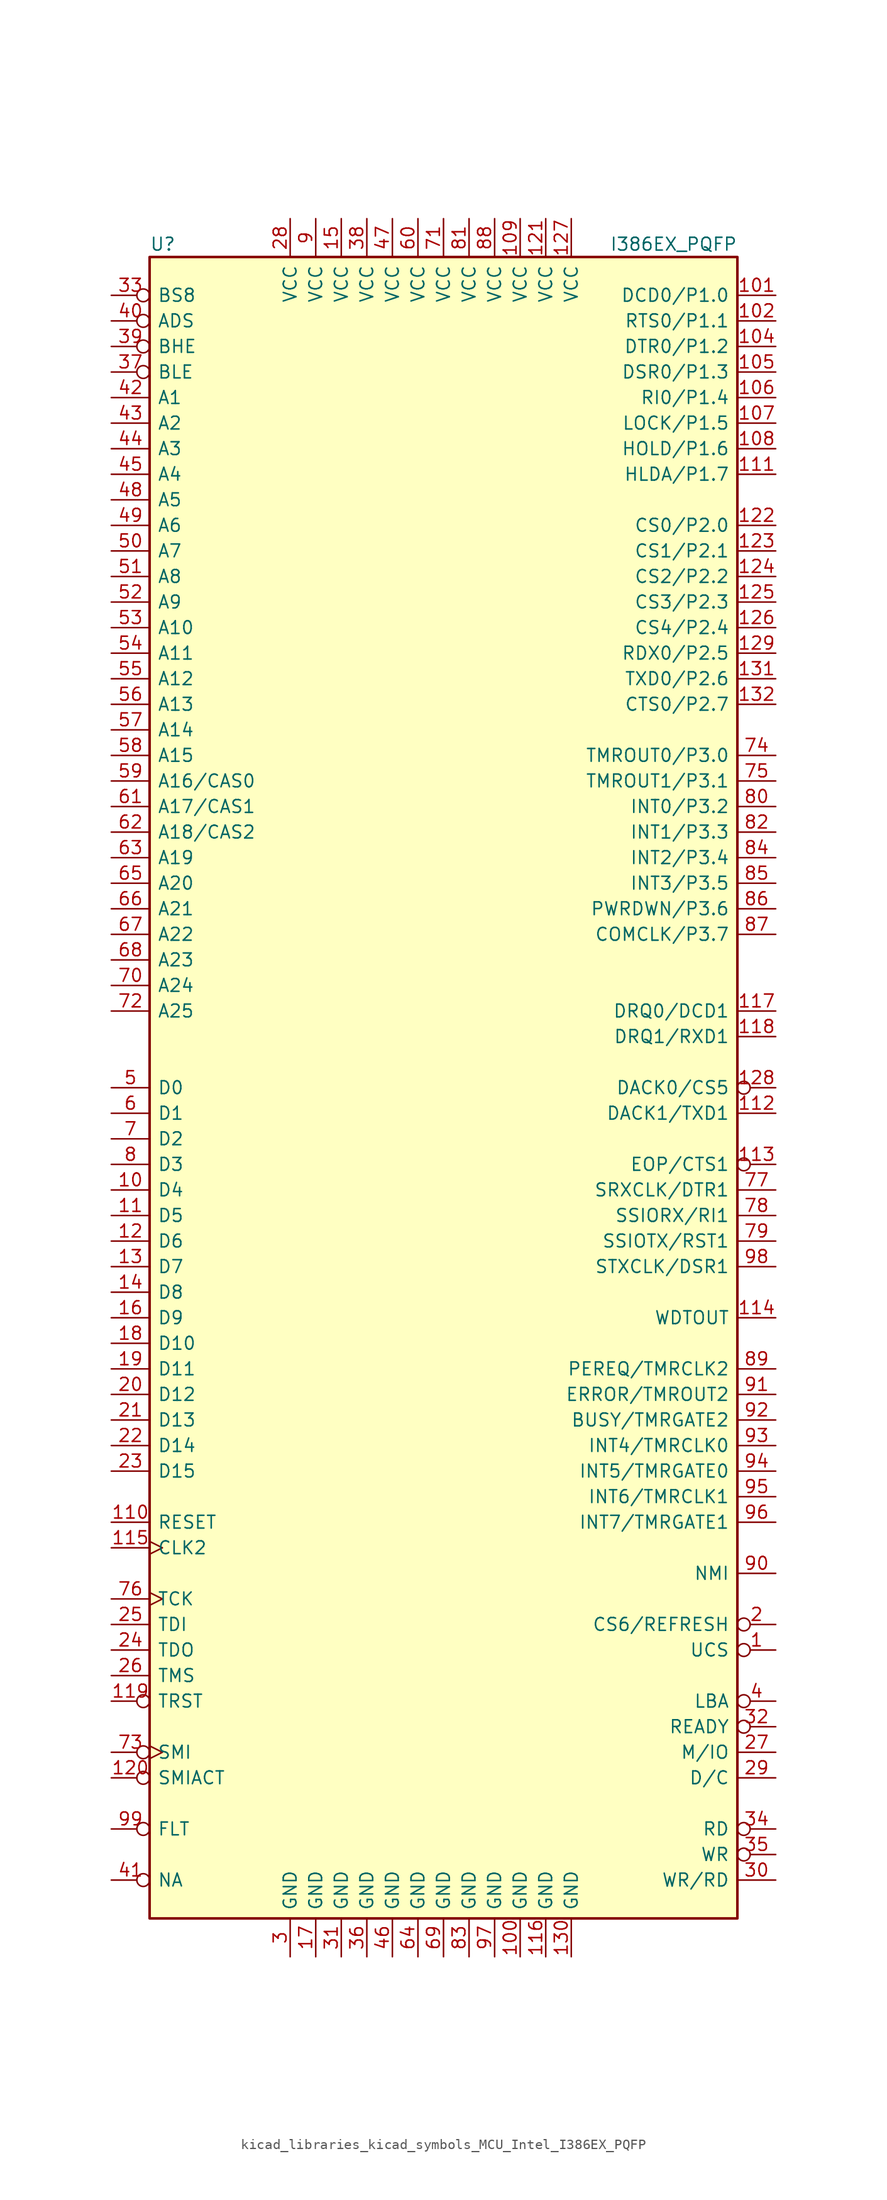
<source format=kicad_sym>
(kicad_symbol_lib
  (version 20220914)
  (generator kicad_symbol_editor)
  (symbol "kicad_libraries_kicad_symbols_MCU_Intel_I386EX_PQFP"
    (pin_names
      (offset 0.762))
    (property "Reference" "U"
      (at -29.21 83.82 0)
      (effects (font (size 1.27 1.27)) (justify left)))
    (property "Value" "I386EX_PQFP"
      (at 16.51 83.82 0)
      (effects (font (size 1.27 1.27)) (justify left)))
    (symbol "kicad_libraries_kicad_symbols_MCU_Intel_I386EX_PQFP_1_1"
      (rectangle (start -29.21 -82.55) (end 29.21 82.55) (stroke (width 0.254) (type default)) (fill (type background)))
      (pin output inverted (at 33.02 -55.88 180) (length 3.81) (name "UCS" (effects (font (size 1.27 1.27)))) (number "1" (effects (font (size 1.27 1.27)))))
      (pin tri_state line (at -33.02 -10.16 0) (length 3.81) (name "D4" (effects (font (size 1.27 1.27)))) (number "10" (effects (font (size 1.27 1.27)))))
      (pin power_in line (at 7.62 -86.36 90) (length 3.81) (name "GND" (effects (font (size 1.27 1.27)))) (number "100" (effects (font (size 1.27 1.27)))))
      (pin bidirectional line (at 33.02 78.74 180) (length 3.81) (name "DCD0/P1.0" (effects (font (size 1.27 1.27)))) (number "101" (effects (font (size 1.27 1.27)))))
      (pin bidirectional line (at 33.02 76.2 180) (length 3.81) (name "RTS0/P1.1" (effects (font (size 1.27 1.27)))) (number "102" (effects (font (size 1.27 1.27)))))
      (pin bidirectional line (at 33.02 73.66 180) (length 3.81) (name "DTR0/P1.2" (effects (font (size 1.27 1.27)))) (number "104" (effects (font (size 1.27 1.27)))))
      (pin bidirectional line (at 33.02 71.12 180) (length 3.81) (name "DSR0/P1.3" (effects (font (size 1.27 1.27)))) (number "105" (effects (font (size 1.27 1.27)))))
      (pin bidirectional line (at 33.02 68.58 180) (length 3.81) (name "RI0/P1.4" (effects (font (size 1.27 1.27)))) (number "106" (effects (font (size 1.27 1.27)))))
      (pin bidirectional line (at 33.02 66.04 180) (length 3.81) (name "LOCK/P1.5" (effects (font (size 1.27 1.27)))) (number "107" (effects (font (size 1.27 1.27)))))
      (pin bidirectional line (at 33.02 63.5 180) (length 3.81) (name "HOLD/P1.6" (effects (font (size 1.27 1.27)))) (number "108" (effects (font (size 1.27 1.27)))))
      (pin power_in line (at 7.62 86.36 270) (length 3.81) (name "VCC" (effects (font (size 1.27 1.27)))) (number "109" (effects (font (size 1.27 1.27)))))
      (pin tri_state line (at -33.02 -12.7 0) (length 3.81) (name "D5" (effects (font (size 1.27 1.27)))) (number "11" (effects (font (size 1.27 1.27)))))
      (pin input line (at -33.02 -43.18 0) (length 3.81) (name "RESET" (effects (font (size 1.27 1.27)))) (number "110" (effects (font (size 1.27 1.27)))))
      (pin bidirectional line (at 33.02 60.96 180) (length 3.81) (name "HLDA/P1.7" (effects (font (size 1.27 1.27)))) (number "111" (effects (font (size 1.27 1.27)))))
      (pin output line (at 33.02 -2.54 180) (length 3.81) (name "DACK1/TXD1" (effects (font (size 1.27 1.27)))) (number "112" (effects (font (size 1.27 1.27)))))
      (pin bidirectional inverted (at 33.02 -7.62 180) (length 3.81) (name "EOP/CTS1" (effects (font (size 1.27 1.27)))) (number "113" (effects (font (size 1.27 1.27)))))
      (pin output line (at 33.02 -22.86 180) (length 3.81) (name "WDTOUT" (effects (font (size 1.27 1.27)))) (number "114" (effects (font (size 1.27 1.27)))))
      (pin input clock (at -33.02 -45.72 0) (length 3.81) (name "CLK2" (effects (font (size 1.27 1.27)))) (number "115" (effects (font (size 1.27 1.27)))))
      (pin power_in line (at 10.16 -86.36 90) (length 3.81) (name "GND" (effects (font (size 1.27 1.27)))) (number "116" (effects (font (size 1.27 1.27)))))
      (pin input line (at 33.02 7.62 180) (length 3.81) (name "DRQ0/DCD1" (effects (font (size 1.27 1.27)))) (number "117" (effects (font (size 1.27 1.27)))))
      (pin input line (at 33.02 5.08 180) (length 3.81) (name "DRQ1/RXD1" (effects (font (size 1.27 1.27)))) (number "118" (effects (font (size 1.27 1.27)))))
      (pin input inverted (at -33.02 -60.96 0) (length 3.81) (name "TRST" (effects (font (size 1.27 1.27)))) (number "119" (effects (font (size 1.27 1.27)))))
      (pin tri_state line (at -33.02 -15.24 0) (length 3.81) (name "D6" (effects (font (size 1.27 1.27)))) (number "12" (effects (font (size 1.27 1.27)))))
      (pin output inverted (at -33.02 -68.58 0) (length 3.81) (name "SMIACT" (effects (font (size 1.27 1.27)))) (number "120" (effects (font (size 1.27 1.27)))))
      (pin power_in line (at 10.16 86.36 270) (length 3.81) (name "VCC" (effects (font (size 1.27 1.27)))) (number "121" (effects (font (size 1.27 1.27)))))
      (pin bidirectional line (at 33.02 55.88 180) (length 3.81) (name "CS0/P2.0" (effects (font (size 1.27 1.27)))) (number "122" (effects (font (size 1.27 1.27)))))
      (pin bidirectional line (at 33.02 53.34 180) (length 3.81) (name "CS1/P2.1" (effects (font (size 1.27 1.27)))) (number "123" (effects (font (size 1.27 1.27)))))
      (pin bidirectional line (at 33.02 50.8 180) (length 3.81) (name "CS2/P2.2" (effects (font (size 1.27 1.27)))) (number "124" (effects (font (size 1.27 1.27)))))
      (pin bidirectional line (at 33.02 48.26 180) (length 3.81) (name "CS3/P2.3" (effects (font (size 1.27 1.27)))) (number "125" (effects (font (size 1.27 1.27)))))
      (pin bidirectional line (at 33.02 45.72 180) (length 3.81) (name "CS4/P2.4" (effects (font (size 1.27 1.27)))) (number "126" (effects (font (size 1.27 1.27)))))
      (pin power_in line (at 12.7 86.36 270) (length 3.81) (name "VCC" (effects (font (size 1.27 1.27)))) (number "127" (effects (font (size 1.27 1.27)))))
      (pin output inverted (at 33.02 0 180) (length 3.81) (name "DACK0/CS5" (effects (font (size 1.27 1.27)))) (number "128" (effects (font (size 1.27 1.27)))))
      (pin bidirectional line (at 33.02 43.18 180) (length 3.81) (name "RDX0/P2.5" (effects (font (size 1.27 1.27)))) (number "129" (effects (font (size 1.27 1.27)))))
      (pin tri_state line (at -33.02 -17.78 0) (length 3.81) (name "D7" (effects (font (size 1.27 1.27)))) (number "13" (effects (font (size 1.27 1.27)))))
      (pin power_in line (at 12.7 -86.36 90) (length 3.81) (name "GND" (effects (font (size 1.27 1.27)))) (number "130" (effects (font (size 1.27 1.27)))))
      (pin bidirectional line (at 33.02 40.64 180) (length 3.81) (name "TXD0/P2.6" (effects (font (size 1.27 1.27)))) (number "131" (effects (font (size 1.27 1.27)))))
      (pin bidirectional line (at 33.02 38.1 180) (length 3.81) (name "CTS0/P2.7" (effects (font (size 1.27 1.27)))) (number "132" (effects (font (size 1.27 1.27)))))
      (pin tri_state line (at -33.02 -20.32 0) (length 3.81) (name "D8" (effects (font (size 1.27 1.27)))) (number "14" (effects (font (size 1.27 1.27)))))
      (pin power_in line (at -10.16 86.36 270) (length 3.81) (name "VCC" (effects (font (size 1.27 1.27)))) (number "15" (effects (font (size 1.27 1.27)))))
      (pin tri_state line (at -33.02 -22.86 0) (length 3.81) (name "D9" (effects (font (size 1.27 1.27)))) (number "16" (effects (font (size 1.27 1.27)))))
      (pin power_in line (at -12.7 -86.36 90) (length 3.81) (name "GND" (effects (font (size 1.27 1.27)))) (number "17" (effects (font (size 1.27 1.27)))))
      (pin tri_state line (at -33.02 -25.4 0) (length 3.81) (name "D10" (effects (font (size 1.27 1.27)))) (number "18" (effects (font (size 1.27 1.27)))))
      (pin tri_state line (at -33.02 -27.94 0) (length 3.81) (name "D11" (effects (font (size 1.27 1.27)))) (number "19" (effects (font (size 1.27 1.27)))))
      (pin output inverted (at 33.02 -53.34 180) (length 3.81) (name "CS6/REFRESH" (effects (font (size 1.27 1.27)))) (number "2" (effects (font (size 1.27 1.27)))))
      (pin tri_state line (at -33.02 -30.48 0) (length 3.81) (name "D12" (effects (font (size 1.27 1.27)))) (number "20" (effects (font (size 1.27 1.27)))))
      (pin tri_state line (at -33.02 -33.02 0) (length 3.81) (name "D13" (effects (font (size 1.27 1.27)))) (number "21" (effects (font (size 1.27 1.27)))))
      (pin tri_state line (at -33.02 -35.56 0) (length 3.81) (name "D14" (effects (font (size 1.27 1.27)))) (number "22" (effects (font (size 1.27 1.27)))))
      (pin tri_state line (at -33.02 -38.1 0) (length 3.81) (name "D15" (effects (font (size 1.27 1.27)))) (number "23" (effects (font (size 1.27 1.27)))))
      (pin output line (at -33.02 -55.88 0) (length 3.81) (name "TDO" (effects (font (size 1.27 1.27)))) (number "24" (effects (font (size 1.27 1.27)))))
      (pin input line (at -33.02 -53.34 0) (length 3.81) (name "TDI" (effects (font (size 1.27 1.27)))) (number "25" (effects (font (size 1.27 1.27)))))
      (pin input line (at -33.02 -58.42 0) (length 3.81) (name "TMS" (effects (font (size 1.27 1.27)))) (number "26" (effects (font (size 1.27 1.27)))))
      (pin output line (at 33.02 -66.04 180) (length 3.81) (name "M/IO" (effects (font (size 1.27 1.27)))) (number "27" (effects (font (size 1.27 1.27)))))
      (pin power_in line (at -15.24 86.36 270) (length 3.81) (name "VCC" (effects (font (size 1.27 1.27)))) (number "28" (effects (font (size 1.27 1.27)))))
      (pin output line (at 33.02 -68.58 180) (length 3.81) (name "D/C" (effects (font (size 1.27 1.27)))) (number "29" (effects (font (size 1.27 1.27)))))
      (pin power_in line (at -15.24 -86.36 90) (length 3.81) (name "GND" (effects (font (size 1.27 1.27)))) (number "3" (effects (font (size 1.27 1.27)))))
      (pin output line (at 33.02 -78.74 180) (length 3.81) (name "WR/RD" (effects (font (size 1.27 1.27)))) (number "30" (effects (font (size 1.27 1.27)))))
      (pin power_in line (at -10.16 -86.36 90) (length 3.81) (name "GND" (effects (font (size 1.27 1.27)))) (number "31" (effects (font (size 1.27 1.27)))))
      (pin bidirectional inverted (at 33.02 -63.5 180) (length 3.81) (name "READY" (effects (font (size 1.27 1.27)))) (number "32" (effects (font (size 1.27 1.27)))))
      (pin input inverted (at -33.02 78.74 0) (length 3.81) (name "BS8" (effects (font (size 1.27 1.27)))) (number "33" (effects (font (size 1.27 1.27)))))
      (pin output inverted (at 33.02 -73.66 180) (length 3.81) (name "RD" (effects (font (size 1.27 1.27)))) (number "34" (effects (font (size 1.27 1.27)))))
      (pin output inverted (at 33.02 -76.2 180) (length 3.81) (name "WR" (effects (font (size 1.27 1.27)))) (number "35" (effects (font (size 1.27 1.27)))))
      (pin power_in line (at -7.62 -86.36 90) (length 3.81) (name "GND" (effects (font (size 1.27 1.27)))) (number "36" (effects (font (size 1.27 1.27)))))
      (pin output inverted (at -33.02 71.12 0) (length 3.81) (name "BLE" (effects (font (size 1.27 1.27)))) (number "37" (effects (font (size 1.27 1.27)))))
      (pin power_in line (at -7.62 86.36 270) (length 3.81) (name "VCC" (effects (font (size 1.27 1.27)))) (number "38" (effects (font (size 1.27 1.27)))))
      (pin output inverted (at -33.02 73.66 0) (length 3.81) (name "BHE" (effects (font (size 1.27 1.27)))) (number "39" (effects (font (size 1.27 1.27)))))
      (pin output inverted (at 33.02 -60.96 180) (length 3.81) (name "LBA" (effects (font (size 1.27 1.27)))) (number "4" (effects (font (size 1.27 1.27)))))
      (pin output inverted (at -33.02 76.2 0) (length 3.81) (name "ADS" (effects (font (size 1.27 1.27)))) (number "40" (effects (font (size 1.27 1.27)))))
      (pin input inverted (at -33.02 -78.74 0) (length 3.81) (name "NA" (effects (font (size 1.27 1.27)))) (number "41" (effects (font (size 1.27 1.27)))))
      (pin tri_state line (at -33.02 68.58 0) (length 3.81) (name "A1" (effects (font (size 1.27 1.27)))) (number "42" (effects (font (size 1.27 1.27)))))
      (pin tri_state line (at -33.02 66.04 0) (length 3.81) (name "A2" (effects (font (size 1.27 1.27)))) (number "43" (effects (font (size 1.27 1.27)))))
      (pin tri_state line (at -33.02 63.5 0) (length 3.81) (name "A3" (effects (font (size 1.27 1.27)))) (number "44" (effects (font (size 1.27 1.27)))))
      (pin tri_state line (at -33.02 60.96 0) (length 3.81) (name "A4" (effects (font (size 1.27 1.27)))) (number "45" (effects (font (size 1.27 1.27)))))
      (pin power_in line (at -5.08 -86.36 90) (length 3.81) (name "GND" (effects (font (size 1.27 1.27)))) (number "46" (effects (font (size 1.27 1.27)))))
      (pin power_in line (at -5.08 86.36 270) (length 3.81) (name "VCC" (effects (font (size 1.27 1.27)))) (number "47" (effects (font (size 1.27 1.27)))))
      (pin tri_state line (at -33.02 58.42 0) (length 3.81) (name "A5" (effects (font (size 1.27 1.27)))) (number "48" (effects (font (size 1.27 1.27)))))
      (pin tri_state line (at -33.02 55.88 0) (length 3.81) (name "A6" (effects (font (size 1.27 1.27)))) (number "49" (effects (font (size 1.27 1.27)))))
      (pin tri_state line (at -33.02 0 0) (length 3.81) (name "D0" (effects (font (size 1.27 1.27)))) (number "5" (effects (font (size 1.27 1.27)))))
      (pin tri_state line (at -33.02 53.34 0) (length 3.81) (name "A7" (effects (font (size 1.27 1.27)))) (number "50" (effects (font (size 1.27 1.27)))))
      (pin tri_state line (at -33.02 50.8 0) (length 3.81) (name "A8" (effects (font (size 1.27 1.27)))) (number "51" (effects (font (size 1.27 1.27)))))
      (pin tri_state line (at -33.02 48.26 0) (length 3.81) (name "A9" (effects (font (size 1.27 1.27)))) (number "52" (effects (font (size 1.27 1.27)))))
      (pin tri_state line (at -33.02 45.72 0) (length 3.81) (name "A10" (effects (font (size 1.27 1.27)))) (number "53" (effects (font (size 1.27 1.27)))))
      (pin tri_state line (at -33.02 43.18 0) (length 3.81) (name "A11" (effects (font (size 1.27 1.27)))) (number "54" (effects (font (size 1.27 1.27)))))
      (pin tri_state line (at -33.02 40.64 0) (length 3.81) (name "A12" (effects (font (size 1.27 1.27)))) (number "55" (effects (font (size 1.27 1.27)))))
      (pin tri_state line (at -33.02 38.1 0) (length 3.81) (name "A13" (effects (font (size 1.27 1.27)))) (number "56" (effects (font (size 1.27 1.27)))))
      (pin tri_state line (at -33.02 35.56 0) (length 3.81) (name "A14" (effects (font (size 1.27 1.27)))) (number "57" (effects (font (size 1.27 1.27)))))
      (pin tri_state line (at -33.02 33.02 0) (length 3.81) (name "A15" (effects (font (size 1.27 1.27)))) (number "58" (effects (font (size 1.27 1.27)))))
      (pin tri_state line (at -33.02 30.48 0) (length 3.81) (name "A16/CAS0" (effects (font (size 1.27 1.27)))) (number "59" (effects (font (size 1.27 1.27)))))
      (pin tri_state line (at -33.02 -2.54 0) (length 3.81) (name "D1" (effects (font (size 1.27 1.27)))) (number "6" (effects (font (size 1.27 1.27)))))
      (pin power_in line (at -2.54 86.36 270) (length 3.81) (name "VCC" (effects (font (size 1.27 1.27)))) (number "60" (effects (font (size 1.27 1.27)))))
      (pin tri_state line (at -33.02 27.94 0) (length 3.81) (name "A17/CAS1" (effects (font (size 1.27 1.27)))) (number "61" (effects (font (size 1.27 1.27)))))
      (pin tri_state line (at -33.02 25.4 0) (length 3.81) (name "A18/CAS2" (effects (font (size 1.27 1.27)))) (number "62" (effects (font (size 1.27 1.27)))))
      (pin tri_state line (at -33.02 22.86 0) (length 3.81) (name "A19" (effects (font (size 1.27 1.27)))) (number "63" (effects (font (size 1.27 1.27)))))
      (pin power_in line (at -2.54 -86.36 90) (length 3.81) (name "GND" (effects (font (size 1.27 1.27)))) (number "64" (effects (font (size 1.27 1.27)))))
      (pin tri_state line (at -33.02 20.32 0) (length 3.81) (name "A20" (effects (font (size 1.27 1.27)))) (number "65" (effects (font (size 1.27 1.27)))))
      (pin tri_state line (at -33.02 17.78 0) (length 3.81) (name "A21" (effects (font (size 1.27 1.27)))) (number "66" (effects (font (size 1.27 1.27)))))
      (pin tri_state line (at -33.02 15.24 0) (length 3.81) (name "A22" (effects (font (size 1.27 1.27)))) (number "67" (effects (font (size 1.27 1.27)))))
      (pin tri_state line (at -33.02 12.7 0) (length 3.81) (name "A23" (effects (font (size 1.27 1.27)))) (number "68" (effects (font (size 1.27 1.27)))))
      (pin power_in line (at 0 -86.36 90) (length 3.81) (name "GND" (effects (font (size 1.27 1.27)))) (number "69" (effects (font (size 1.27 1.27)))))
      (pin tri_state line (at -33.02 -5.08 0) (length 3.81) (name "D2" (effects (font (size 1.27 1.27)))) (number "7" (effects (font (size 1.27 1.27)))))
      (pin tri_state line (at -33.02 10.16 0) (length 3.81) (name "A24" (effects (font (size 1.27 1.27)))) (number "70" (effects (font (size 1.27 1.27)))))
      (pin power_in line (at 0 86.36 270) (length 3.81) (name "VCC" (effects (font (size 1.27 1.27)))) (number "71" (effects (font (size 1.27 1.27)))))
      (pin tri_state line (at -33.02 7.62 0) (length 3.81) (name "A25" (effects (font (size 1.27 1.27)))) (number "72" (effects (font (size 1.27 1.27)))))
      (pin input inverted_clock (at -33.02 -66.04 0) (length 3.81) (name "SMI" (effects (font (size 1.27 1.27)))) (number "73" (effects (font (size 1.27 1.27)))))
      (pin bidirectional line (at 33.02 33.02 180) (length 3.81) (name "TMROUT0/P3.0" (effects (font (size 1.27 1.27)))) (number "74" (effects (font (size 1.27 1.27)))))
      (pin bidirectional line (at 33.02 30.48 180) (length 3.81) (name "TMROUT1/P3.1" (effects (font (size 1.27 1.27)))) (number "75" (effects (font (size 1.27 1.27)))))
      (pin input clock (at -33.02 -50.8 0) (length 3.81) (name "TCK" (effects (font (size 1.27 1.27)))) (number "76" (effects (font (size 1.27 1.27)))))
      (pin bidirectional line (at 33.02 -10.16 180) (length 3.81) (name "SRXCLK/DTR1" (effects (font (size 1.27 1.27)))) (number "77" (effects (font (size 1.27 1.27)))))
      (pin input line (at 33.02 -12.7 180) (length 3.81) (name "SSIORX/RI1" (effects (font (size 1.27 1.27)))) (number "78" (effects (font (size 1.27 1.27)))))
      (pin bidirectional line (at 33.02 -15.24 180) (length 3.81) (name "SSIOTX/RST1" (effects (font (size 1.27 1.27)))) (number "79" (effects (font (size 1.27 1.27)))))
      (pin tri_state line (at -33.02 -7.62 0) (length 3.81) (name "D3" (effects (font (size 1.27 1.27)))) (number "8" (effects (font (size 1.27 1.27)))))
      (pin bidirectional line (at 33.02 27.94 180) (length 3.81) (name "INT0/P3.2" (effects (font (size 1.27 1.27)))) (number "80" (effects (font (size 1.27 1.27)))))
      (pin power_in line (at 2.54 86.36 270) (length 3.81) (name "VCC" (effects (font (size 1.27 1.27)))) (number "81" (effects (font (size 1.27 1.27)))))
      (pin bidirectional line (at 33.02 25.4 180) (length 3.81) (name "INT1/P3.3" (effects (font (size 1.27 1.27)))) (number "82" (effects (font (size 1.27 1.27)))))
      (pin power_in line (at 2.54 -86.36 90) (length 3.81) (name "GND" (effects (font (size 1.27 1.27)))) (number "83" (effects (font (size 1.27 1.27)))))
      (pin bidirectional line (at 33.02 22.86 180) (length 3.81) (name "INT2/P3.4" (effects (font (size 1.27 1.27)))) (number "84" (effects (font (size 1.27 1.27)))))
      (pin bidirectional line (at 33.02 20.32 180) (length 3.81) (name "INT3/P3.5" (effects (font (size 1.27 1.27)))) (number "85" (effects (font (size 1.27 1.27)))))
      (pin bidirectional line (at 33.02 17.78 180) (length 3.81) (name "PWRDWN/P3.6" (effects (font (size 1.27 1.27)))) (number "86" (effects (font (size 1.27 1.27)))))
      (pin bidirectional line (at 33.02 15.24 180) (length 3.81) (name "COMCLK/P3.7" (effects (font (size 1.27 1.27)))) (number "87" (effects (font (size 1.27 1.27)))))
      (pin power_in line (at 5.08 86.36 270) (length 3.81) (name "VCC" (effects (font (size 1.27 1.27)))) (number "88" (effects (font (size 1.27 1.27)))))
      (pin input line (at 33.02 -27.94 180) (length 3.81) (name "PEREQ/TMRCLK2" (effects (font (size 1.27 1.27)))) (number "89" (effects (font (size 1.27 1.27)))))
      (pin power_in line (at -12.7 86.36 270) (length 3.81) (name "VCC" (effects (font (size 1.27 1.27)))) (number "9" (effects (font (size 1.27 1.27)))))
      (pin input line (at 33.02 -48.26 180) (length 3.81) (name "NMI" (effects (font (size 1.27 1.27)))) (number "90" (effects (font (size 1.27 1.27)))))
      (pin bidirectional line (at 33.02 -30.48 180) (length 3.81) (name "ERROR/TMROUT2" (effects (font (size 1.27 1.27)))) (number "91" (effects (font (size 1.27 1.27)))))
      (pin input line (at 33.02 -33.02 180) (length 3.81) (name "BUSY/TMRGATE2" (effects (font (size 1.27 1.27)))) (number "92" (effects (font (size 1.27 1.27)))))
      (pin input line (at 33.02 -35.56 180) (length 3.81) (name "INT4/TMRCLK0" (effects (font (size 1.27 1.27)))) (number "93" (effects (font (size 1.27 1.27)))))
      (pin input line (at 33.02 -38.1 180) (length 3.81) (name "INT5/TMRGATE0" (effects (font (size 1.27 1.27)))) (number "94" (effects (font (size 1.27 1.27)))))
      (pin input line (at 33.02 -40.64 180) (length 3.81) (name "INT6/TMRCLK1" (effects (font (size 1.27 1.27)))) (number "95" (effects (font (size 1.27 1.27)))))
      (pin input line (at 33.02 -43.18 180) (length 3.81) (name "INT7/TMRGATE1" (effects (font (size 1.27 1.27)))) (number "96" (effects (font (size 1.27 1.27)))))
      (pin power_in line (at 5.08 -86.36 90) (length 3.81) (name "GND" (effects (font (size 1.27 1.27)))) (number "97" (effects (font (size 1.27 1.27)))))
      (pin bidirectional line (at 33.02 -17.78 180) (length 3.81) (name "STXCLK/DSR1" (effects (font (size 1.27 1.27)))) (number "98" (effects (font (size 1.27 1.27)))))
      (pin input inverted (at -33.02 -73.66 0) (length 3.81) (name "FLT" (effects (font (size 1.27 1.27)))) (number "99" (effects (font (size 1.27 1.27))))))))
</source>
